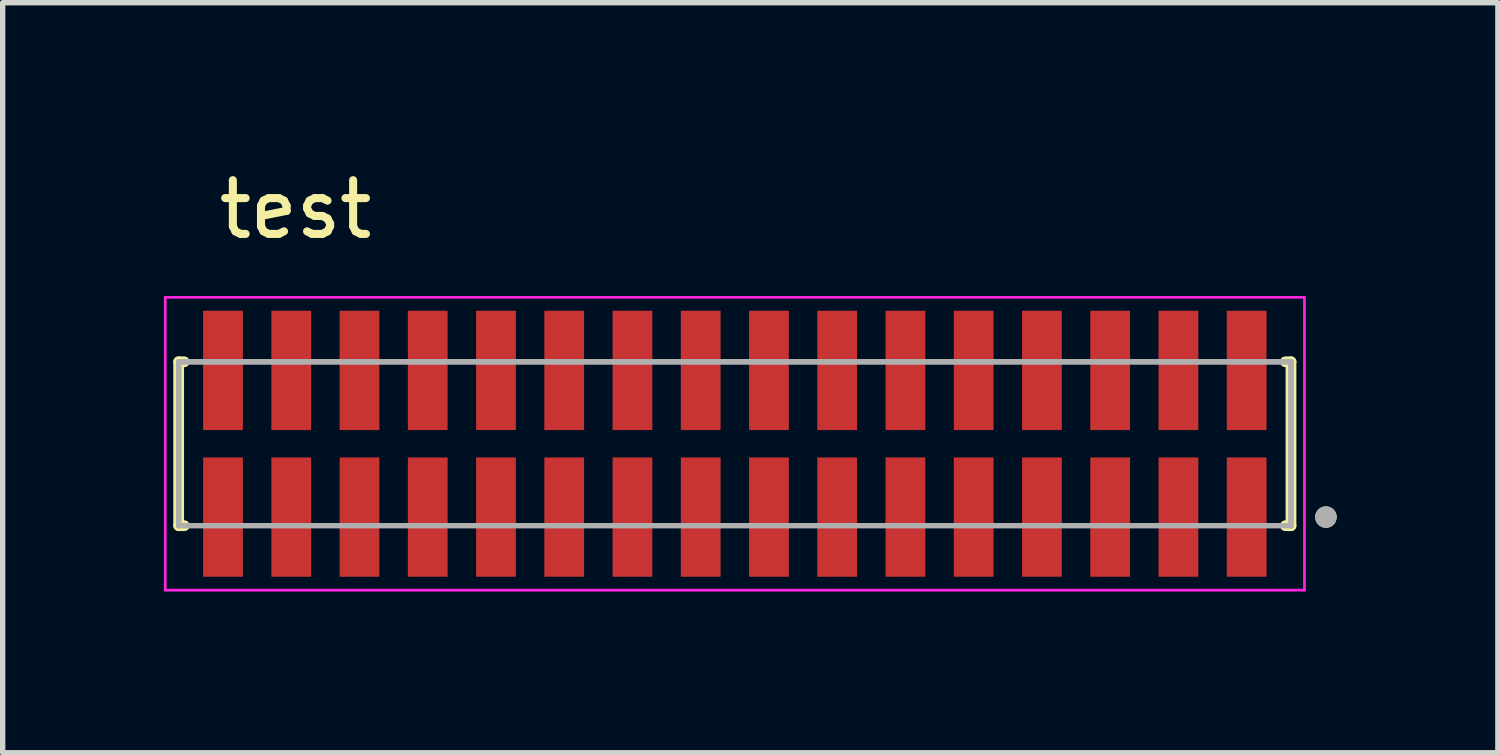
<source format=kicad_pcb>
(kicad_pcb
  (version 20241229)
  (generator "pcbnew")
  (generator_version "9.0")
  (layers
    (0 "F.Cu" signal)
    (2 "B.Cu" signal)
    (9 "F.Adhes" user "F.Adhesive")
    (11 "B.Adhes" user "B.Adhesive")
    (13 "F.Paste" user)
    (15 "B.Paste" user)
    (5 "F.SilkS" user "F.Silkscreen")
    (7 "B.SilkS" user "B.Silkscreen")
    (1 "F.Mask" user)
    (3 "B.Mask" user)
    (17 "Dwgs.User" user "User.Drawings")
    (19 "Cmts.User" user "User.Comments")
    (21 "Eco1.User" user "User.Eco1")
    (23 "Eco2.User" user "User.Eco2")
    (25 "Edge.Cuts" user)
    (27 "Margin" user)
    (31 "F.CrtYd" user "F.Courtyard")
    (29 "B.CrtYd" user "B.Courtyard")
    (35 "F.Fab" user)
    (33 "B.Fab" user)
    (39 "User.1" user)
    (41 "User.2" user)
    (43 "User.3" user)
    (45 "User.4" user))
  (footprint "test"
    (layer "F.Cu")
    (at 10.625 5.208)
    (property "Reference" "test" (at -8.175 -4.36 0) (layer "F.SilkS") (effects (font (size 1 1) (thickness 0.15))))
    (attr smd)
    (fp_line (start -10.35 -1.525) (end -10.245 -1.525) (stroke (width 0.2) (type solid)) (layer "F.SilkS"))
    (fp_line (start -10.35 1.525) (end -10.35 -1.525) (stroke (width 0.2) (type solid)) (layer "F.SilkS"))
    (fp_line (start -10.245 1.525) (end -10.35 1.525) (stroke (width 0.2) (type solid)) (layer "F.SilkS"))
    (fp_line (start 10.245 -1.525) (end 10.35 -1.525) (stroke (width 0.2) (type solid)) (layer "F.SilkS"))
    (fp_line (start 10.245 1.525) (end 10.35 1.525) (stroke (width 0.2) (type solid)) (layer "F.SilkS"))
    (fp_line (start 10.35 -1.525) (end 10.35 1.525) (stroke (width 0.2) (type solid)) (layer "F.SilkS"))
    (fp_circle (center 11 1.365) (end 11.1 1.365) (stroke (width 0.2) (type solid)) (fill no) (layer "F.SilkS"))
    (fp_line (start -10.6 -2.725) (end 10.6 -2.725) (stroke (width 0.05) (type solid)) (layer "F.CrtYd"))
    (fp_line (start -10.6 2.725) (end -10.6 -2.725) (stroke (width 0.05) (type solid)) (layer "F.CrtYd"))
    (fp_line (start 10.6 -2.725) (end 10.6 2.725) (stroke (width 0.05) (type solid)) (layer "F.CrtYd"))
    (fp_line (start 10.6 2.725) (end -10.6 2.725) (stroke (width 0.05) (type solid)) (layer "F.CrtYd"))
    (fp_line (start -10.35 -1.525) (end 10.35 -1.525) (stroke (width 0.1) (type solid)) (layer "F.Fab"))
    (fp_line (start -10.35 -1.525) (end 10.35 -1.525) (stroke (width 0.1) (type solid)) (layer "F.Fab"))
    (fp_line (start -10.35 1.525) (end -10.35 -1.525) (stroke (width 0.1) (type solid)) (layer "F.Fab"))
    (fp_line (start -10.35 1.525) (end -10.35 -1.525) (stroke (width 0.1) (type solid)) (layer "F.Fab"))
    (fp_line (start 10.35 -1.525) (end 10.35 1.525) (stroke (width 0.1) (type solid)) (layer "F.Fab"))
    (fp_line (start 10.35 -1.525) (end 10.35 1.525) (stroke (width 0.1) (type solid)) (layer "F.Fab"))
    (fp_line (start 10.35 1.525) (end -10.35 1.525) (stroke (width 0.1) (type solid)) (layer "F.Fab"))
    (fp_circle (center 11 1.365) (end 11.1 1.365) (stroke (width 0.2) (type solid)) (fill no) (layer "F.Fab"))
    (pad "1" smd rect (at 9.525 1.365) (size 0.74 2.22) (layers "F.Cu" "F.Mask" "F.Paste"))
    (pad "2" smd rect (at 9.525 -1.365) (size 0.74 2.22) (layers "F.Cu" "F.Mask" "F.Paste"))
    (pad "3" smd rect (at 8.255 1.365) (size 0.74 2.22) (layers "F.Cu" "F.Mask" "F.Paste"))
    (pad "4" smd rect (at 8.255 -1.365) (size 0.74 2.22) (layers "F.Cu" "F.Mask" "F.Paste"))
    (pad "5" smd rect (at 6.985 1.365) (size 0.74 2.22) (layers "F.Cu" "F.Mask" "F.Paste"))
    (pad "6" smd rect (at 6.985 -1.365) (size 0.74 2.22) (layers "F.Cu" "F.Mask" "F.Paste"))
    (pad "7" smd rect (at 5.715 1.365) (size 0.74 2.22) (layers "F.Cu" "F.Mask" "F.Paste"))
    (pad "8" smd rect (at 5.715 -1.365) (size 0.74 2.22) (layers "F.Cu" "F.Mask" "F.Paste"))
    (pad "9" smd rect (at 4.445 1.365) (size 0.74 2.22) (layers "F.Cu" "F.Mask" "F.Paste"))
    (pad "10" smd rect (at 4.445 -1.365) (size 0.74 2.22) (layers "F.Cu" "F.Mask" "F.Paste"))
    (pad "11" smd rect (at 3.175 1.365) (size 0.74 2.22) (layers "F.Cu" "F.Mask" "F.Paste"))
    (pad "12" smd rect (at 3.175 -1.365) (size 0.74 2.22) (layers "F.Cu" "F.Mask" "F.Paste"))
    (pad "13" smd rect (at 1.905 1.365) (size 0.74 2.22) (layers "F.Cu" "F.Mask" "F.Paste"))
    (pad "14" smd rect (at 1.905 -1.365) (size 0.74 2.22) (layers "F.Cu" "F.Mask" "F.Paste"))
    (pad "15" smd rect (at 0.635 1.365) (size 0.74 2.22) (layers "F.Cu" "F.Mask" "F.Paste"))
    (pad "16" smd rect (at 0.635 -1.365) (size 0.74 2.22) (layers "F.Cu" "F.Mask" "F.Paste"))
    (pad "17" smd rect (at -0.635 1.365) (size 0.74 2.22) (layers "F.Cu" "F.Mask" "F.Paste"))
    (pad "18" smd rect (at -0.635 -1.365) (size 0.74 2.22) (layers "F.Cu" "F.Mask" "F.Paste"))
    (pad "19" smd rect (at -1.905 1.365) (size 0.74 2.22) (layers "F.Cu" "F.Mask" "F.Paste"))
    (pad "20" smd rect (at -1.905 -1.365) (size 0.74 2.22) (layers "F.Cu" "F.Mask" "F.Paste"))
    (pad "21" smd rect (at -3.175 1.365) (size 0.74 2.22) (layers "F.Cu" "F.Mask" "F.Paste"))
    (pad "22" smd rect (at -3.175 -1.365) (size 0.74 2.22) (layers "F.Cu" "F.Mask" "F.Paste"))
    (pad "23" smd rect (at -4.445 1.365) (size 0.74 2.22) (layers "F.Cu" "F.Mask" "F.Paste"))
    (pad "24" smd rect (at -4.445 -1.365) (size 0.74 2.22) (layers "F.Cu" "F.Mask" "F.Paste"))
    (pad "25" smd rect (at -5.715 1.365) (size 0.74 2.22) (layers "F.Cu" "F.Mask" "F.Paste"))
    (pad "26" smd rect (at -5.715 -1.365) (size 0.74 2.22) (layers "F.Cu" "F.Mask" "F.Paste"))
    (pad "27" smd rect (at -6.985 1.365) (size 0.74 2.22) (layers "F.Cu" "F.Mask" "F.Paste"))
    (pad "28" smd rect (at -6.985 -1.365) (size 0.74 2.22) (layers "F.Cu" "F.Mask" "F.Paste"))
    (pad "29" smd rect (at -8.255 1.365) (size 0.74 2.22) (layers "F.Cu" "F.Mask" "F.Paste"))
    (pad "30" smd rect (at -8.255 -1.365) (size 0.74 2.22) (layers "F.Cu" "F.Mask" "F.Paste"))
    (pad "31" smd rect (at -9.525 1.365) (size 0.74 2.22) (layers "F.Cu" "F.Mask" "F.Paste"))
    (pad "32" smd rect (at -9.525 -1.365) (size 0.74 2.22) (layers "F.Cu" "F.Mask" "F.Paste")))
  (gr_rect
    (start -3 -3)
    (end 24.825 10.958)
    (stroke (width 0.1) (type default))
    (fill no)
    (layer "Edge.Cuts")))
</source>
